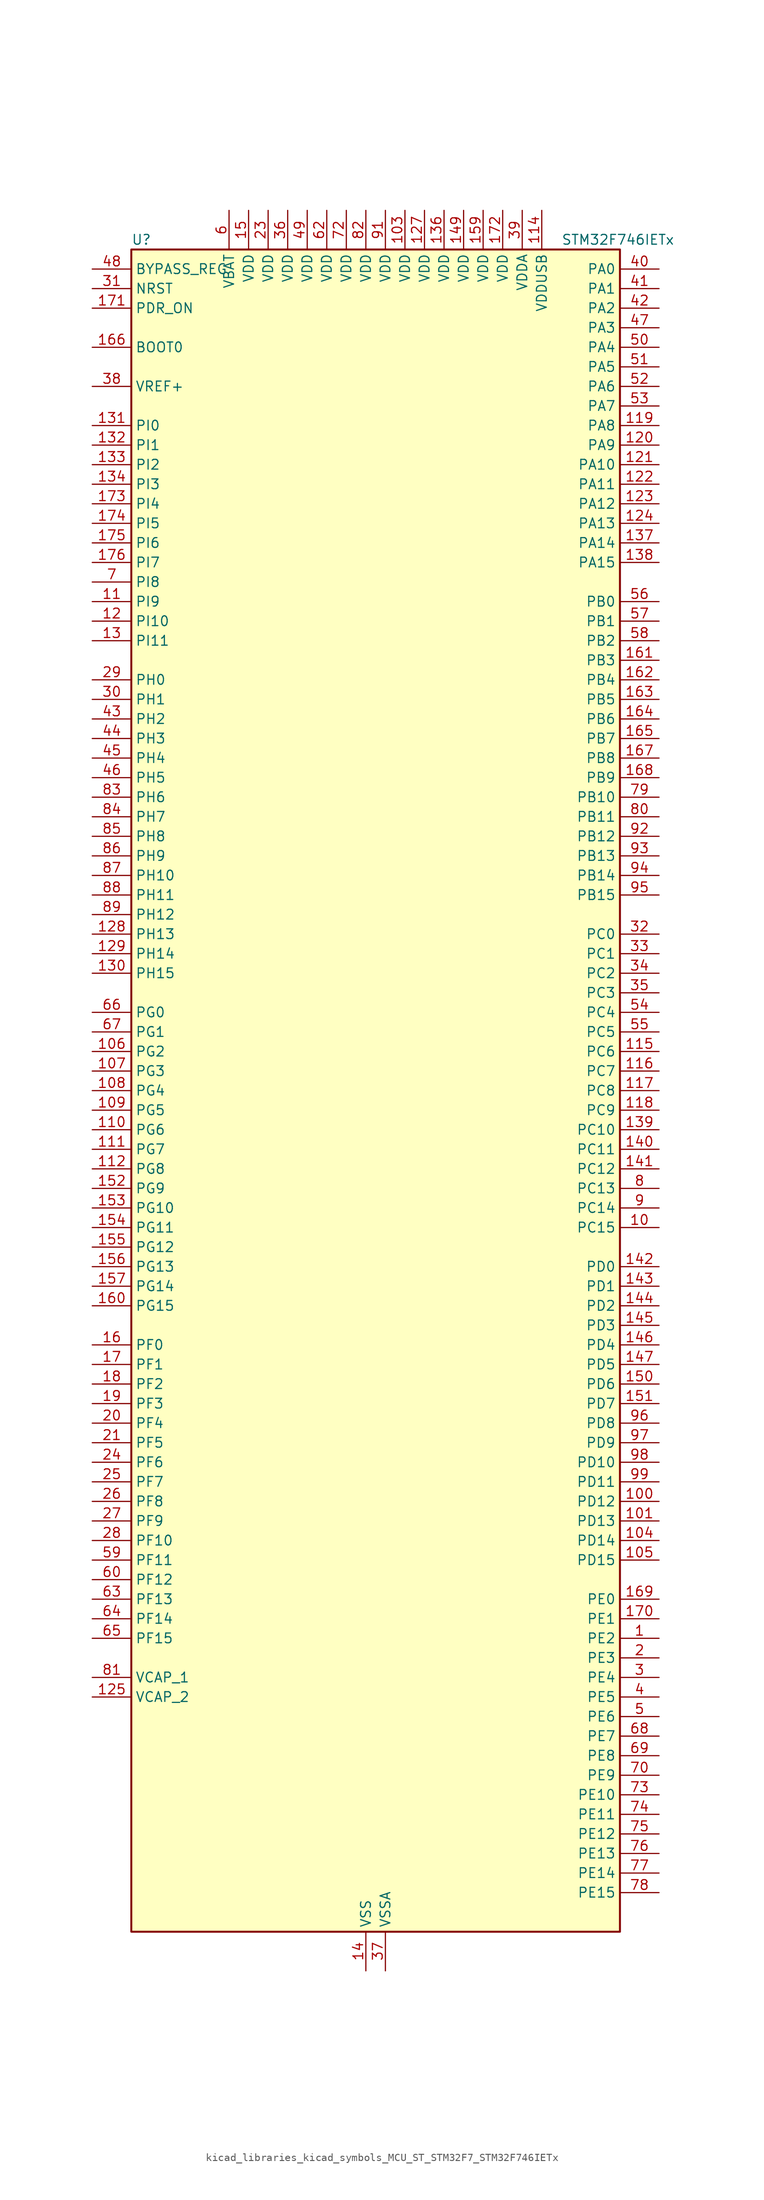
<source format=kicad_sym>
(kicad_symbol_lib
  (version 20220914)
  (generator kicad_symbol_editor)
  (symbol "kicad_libraries_kicad_symbols_MCU_ST_STM32F7_STM32F746IETx"
    (property "Reference" "U"
      (at -30.48 110.49 0)
      (effects (font (size 1.27 1.27)) (justify left)))
    (property "Value" "STM32F746IETx"
      (at 25.4 110.49 0)
      (effects (font (size 1.27 1.27)) (justify left)))
    (property "ki_locked" ""
      (at 0 0 0)
      (effects (font (size 1.27 1.27))))
    (symbol "kicad_libraries_kicad_symbols_MCU_ST_STM32F7_STM32F746IETx_0_1"
      (rectangle (start -30.48 -109.22) (end 33.02 109.22) (stroke (width 0.254) (type default)) (fill (type background))))
    (symbol "kicad_libraries_kicad_symbols_MCU_ST_STM32F7_STM32F746IETx_1_1"
      (pin bidirectional line (at 38.1 -71.12 180) (length 5.08) (name "PE2" (effects (font (size 1.27 1.27)))) (number "1" (effects (font (size 1.27 1.27)))) (alternate "ETH_TXD3" bidirectional line) (alternate "FMC_A23" bidirectional line) (alternate "QUADSPI_BK1_IO2" bidirectional line) (alternate "SAI1_MCLK_A" bidirectional line) (alternate "SPI4_SCK" bidirectional line) (alternate "SYS_TRACECLK" bidirectional line))
      (pin bidirectional line (at 38.1 -17.78 180) (length 5.08) (name "PC15" (effects (font (size 1.27 1.27)))) (number "10" (effects (font (size 1.27 1.27)))) (alternate "RCC_OSC32_OUT" bidirectional line))
      (pin bidirectional line (at 38.1 -53.34 180) (length 5.08) (name "PD12" (effects (font (size 1.27 1.27)))) (number "100" (effects (font (size 1.27 1.27)))) (alternate "FMC_A17" bidirectional line) (alternate "FMC_ALE" bidirectional line) (alternate "I2C4_SCL" bidirectional line) (alternate "LPTIM1_IN1" bidirectional line) (alternate "QUADSPI_BK1_IO1" bidirectional line) (alternate "SAI2_FS_A" bidirectional line) (alternate "TIM4_CH1" bidirectional line) (alternate "USART3_DE" bidirectional line) (alternate "USART3_RTS" bidirectional line))
      (pin bidirectional line (at 38.1 -55.88 180) (length 5.08) (name "PD13" (effects (font (size 1.27 1.27)))) (number "101" (effects (font (size 1.27 1.27)))) (alternate "FMC_A18" bidirectional line) (alternate "I2C4_SDA" bidirectional line) (alternate "LPTIM1_OUT" bidirectional line) (alternate "QUADSPI_BK1_IO3" bidirectional line) (alternate "SAI2_SCK_A" bidirectional line) (alternate "TIM4_CH2" bidirectional line))
      (pin passive line (at 0 -114.3 90) (length 5.08) hide (name "VSS" (effects (font (size 1.27 1.27)))) (number "102" (effects (font (size 1.27 1.27)))))
      (pin power_in line (at 5.08 114.3 270) (length 5.08) (name "VDD" (effects (font (size 1.27 1.27)))) (number "103" (effects (font (size 1.27 1.27)))))
      (pin bidirectional line (at 38.1 -58.42 180) (length 5.08) (name "PD14" (effects (font (size 1.27 1.27)))) (number "104" (effects (font (size 1.27 1.27)))) (alternate "FMC_D0" bidirectional line) (alternate "FMC_DA0" bidirectional line) (alternate "TIM4_CH3" bidirectional line) (alternate "UART8_CTS" bidirectional line))
      (pin bidirectional line (at 38.1 -60.96 180) (length 5.08) (name "PD15" (effects (font (size 1.27 1.27)))) (number "105" (effects (font (size 1.27 1.27)))) (alternate "FMC_D1" bidirectional line) (alternate "FMC_DA1" bidirectional line) (alternate "TIM4_CH4" bidirectional line) (alternate "UART8_DE" bidirectional line) (alternate "UART8_RTS" bidirectional line))
      (pin bidirectional line (at -35.56 5.08 0) (length 5.08) (name "PG2" (effects (font (size 1.27 1.27)))) (number "106" (effects (font (size 1.27 1.27)))) (alternate "FMC_A12" bidirectional line))
      (pin bidirectional line (at -35.56 2.54 0) (length 5.08) (name "PG3" (effects (font (size 1.27 1.27)))) (number "107" (effects (font (size 1.27 1.27)))) (alternate "FMC_A13" bidirectional line))
      (pin bidirectional line (at -35.56 0 0) (length 5.08) (name "PG4" (effects (font (size 1.27 1.27)))) (number "108" (effects (font (size 1.27 1.27)))) (alternate "FMC_A14" bidirectional line) (alternate "FMC_BA0" bidirectional line))
      (pin bidirectional line (at -35.56 -2.54 0) (length 5.08) (name "PG5" (effects (font (size 1.27 1.27)))) (number "109" (effects (font (size 1.27 1.27)))) (alternate "FMC_A15" bidirectional line) (alternate "FMC_BA1" bidirectional line))
      (pin bidirectional line (at -35.56 63.5 0) (length 5.08) (name "PI9" (effects (font (size 1.27 1.27)))) (number "11" (effects (font (size 1.27 1.27)))) (alternate "CAN1_RX" bidirectional line) (alternate "DAC_EXTI9" bidirectional line) (alternate "FMC_D30" bidirectional line) (alternate "LTDC_VSYNC" bidirectional line))
      (pin bidirectional line (at -35.56 -5.08 0) (length 5.08) (name "PG6" (effects (font (size 1.27 1.27)))) (number "110" (effects (font (size 1.27 1.27)))) (alternate "DCMI_D12" bidirectional line) (alternate "LTDC_R7" bidirectional line))
      (pin bidirectional line (at -35.56 -7.62 0) (length 5.08) (name "PG7" (effects (font (size 1.27 1.27)))) (number "111" (effects (font (size 1.27 1.27)))) (alternate "DCMI_D13" bidirectional line) (alternate "FMC_INT" bidirectional line) (alternate "LTDC_CLK" bidirectional line) (alternate "USART6_CK" bidirectional line))
      (pin bidirectional line (at -35.56 -10.16 0) (length 5.08) (name "PG8" (effects (font (size 1.27 1.27)))) (number "112" (effects (font (size 1.27 1.27)))) (alternate "ETH_PPS_OUT" bidirectional line) (alternate "FMC_SDCLK" bidirectional line) (alternate "SPDIFRX_IN2" bidirectional line) (alternate "SPI6_NSS" bidirectional line) (alternate "USART6_DE" bidirectional line) (alternate "USART6_RTS" bidirectional line))
      (pin passive line (at 0 -114.3 90) (length 5.08) hide (name "VSS" (effects (font (size 1.27 1.27)))) (number "113" (effects (font (size 1.27 1.27)))))
      (pin power_in line (at 22.86 114.3 270) (length 5.08) (name "VDDUSB" (effects (font (size 1.27 1.27)))) (number "114" (effects (font (size 1.27 1.27)))))
      (pin bidirectional line (at 38.1 5.08 180) (length 5.08) (name "PC6" (effects (font (size 1.27 1.27)))) (number "115" (effects (font (size 1.27 1.27)))) (alternate "DCMI_D0" bidirectional line) (alternate "I2S2_MCK" bidirectional line) (alternate "LTDC_HSYNC" bidirectional line) (alternate "SDMMC1_D6" bidirectional line) (alternate "TIM3_CH1" bidirectional line) (alternate "TIM8_CH1" bidirectional line) (alternate "USART6_TX" bidirectional line))
      (pin bidirectional line (at 38.1 2.54 180) (length 5.08) (name "PC7" (effects (font (size 1.27 1.27)))) (number "116" (effects (font (size 1.27 1.27)))) (alternate "DCMI_D1" bidirectional line) (alternate "I2S3_MCK" bidirectional line) (alternate "LTDC_G6" bidirectional line) (alternate "SDMMC1_D7" bidirectional line) (alternate "TIM3_CH2" bidirectional line) (alternate "TIM8_CH2" bidirectional line) (alternate "USART6_RX" bidirectional line))
      (pin bidirectional line (at 38.1 0 180) (length 5.08) (name "PC8" (effects (font (size 1.27 1.27)))) (number "117" (effects (font (size 1.27 1.27)))) (alternate "DCMI_D2" bidirectional line) (alternate "SDMMC1_D0" bidirectional line) (alternate "SYS_TRACED1" bidirectional line) (alternate "TIM3_CH3" bidirectional line) (alternate "TIM8_CH3" bidirectional line) (alternate "UART5_DE" bidirectional line) (alternate "UART5_RTS" bidirectional line) (alternate "USART6_CK" bidirectional line))
      (pin bidirectional line (at 38.1 -2.54 180) (length 5.08) (name "PC9" (effects (font (size 1.27 1.27)))) (number "118" (effects (font (size 1.27 1.27)))) (alternate "DAC_EXTI9" bidirectional line) (alternate "DCMI_D3" bidirectional line) (alternate "I2C3_SDA" bidirectional line) (alternate "I2S_CKIN" bidirectional line) (alternate "QUADSPI_BK1_IO0" bidirectional line) (alternate "RCC_MCO_2" bidirectional line) (alternate "SDMMC1_D1" bidirectional line) (alternate "TIM3_CH4" bidirectional line) (alternate "TIM8_CH4" bidirectional line) (alternate "UART5_CTS" bidirectional line))
      (pin bidirectional line (at 38.1 86.36 180) (length 5.08) (name "PA8" (effects (font (size 1.27 1.27)))) (number "119" (effects (font (size 1.27 1.27)))) (alternate "I2C3_SCL" bidirectional line) (alternate "LTDC_R6" bidirectional line) (alternate "RCC_MCO_1" bidirectional line) (alternate "TIM1_CH1" bidirectional line) (alternate "TIM8_BKIN2" bidirectional line) (alternate "USART1_CK" bidirectional line) (alternate "USB_OTG_FS_SOF" bidirectional line))
      (pin bidirectional line (at -35.56 60.96 0) (length 5.08) (name "PI10" (effects (font (size 1.27 1.27)))) (number "12" (effects (font (size 1.27 1.27)))) (alternate "ETH_RX_ER" bidirectional line) (alternate "FMC_D31" bidirectional line) (alternate "LTDC_HSYNC" bidirectional line))
      (pin bidirectional line (at 38.1 83.82 180) (length 5.08) (name "PA9" (effects (font (size 1.27 1.27)))) (number "120" (effects (font (size 1.27 1.27)))) (alternate "DAC_EXTI9" bidirectional line) (alternate "DCMI_D0" bidirectional line) (alternate "I2C3_SMBA" bidirectional line) (alternate "I2S2_CK" bidirectional line) (alternate "SPI2_SCK" bidirectional line) (alternate "TIM1_CH2" bidirectional line) (alternate "USART1_TX" bidirectional line) (alternate "USB_OTG_FS_VBUS" bidirectional line))
      (pin bidirectional line (at 38.1 81.28 180) (length 5.08) (name "PA10" (effects (font (size 1.27 1.27)))) (number "121" (effects (font (size 1.27 1.27)))) (alternate "DCMI_D1" bidirectional line) (alternate "TIM1_CH3" bidirectional line) (alternate "USART1_RX" bidirectional line) (alternate "USB_OTG_FS_ID" bidirectional line))
      (pin bidirectional line (at 38.1 78.74 180) (length 5.08) (name "PA11" (effects (font (size 1.27 1.27)))) (number "122" (effects (font (size 1.27 1.27)))) (alternate "ADC1_EXTI11" bidirectional line) (alternate "ADC2_EXTI11" bidirectional line) (alternate "ADC3_EXTI11" bidirectional line) (alternate "CAN1_RX" bidirectional line) (alternate "LTDC_R4" bidirectional line) (alternate "TIM1_CH4" bidirectional line) (alternate "USART1_CTS" bidirectional line) (alternate "USB_OTG_FS_DM" bidirectional line))
      (pin bidirectional line (at 38.1 76.2 180) (length 5.08) (name "PA12" (effects (font (size 1.27 1.27)))) (number "123" (effects (font (size 1.27 1.27)))) (alternate "CAN1_TX" bidirectional line) (alternate "LTDC_R5" bidirectional line) (alternate "SAI2_FS_B" bidirectional line) (alternate "TIM1_ETR" bidirectional line) (alternate "USART1_DE" bidirectional line) (alternate "USART1_RTS" bidirectional line) (alternate "USB_OTG_FS_DP" bidirectional line))
      (pin bidirectional line (at 38.1 73.66 180) (length 5.08) (name "PA13" (effects (font (size 1.27 1.27)))) (number "124" (effects (font (size 1.27 1.27)))) (alternate "SYS_JTMS-SWDIO" bidirectional line))
      (pin power_out line (at -35.56 -78.74 0) (length 5.08) (name "VCAP_2" (effects (font (size 1.27 1.27)))) (number "125" (effects (font (size 1.27 1.27)))))
      (pin passive line (at 0 -114.3 90) (length 5.08) hide (name "VSS" (effects (font (size 1.27 1.27)))) (number "126" (effects (font (size 1.27 1.27)))))
      (pin power_in line (at 7.62 114.3 270) (length 5.08) (name "VDD" (effects (font (size 1.27 1.27)))) (number "127" (effects (font (size 1.27 1.27)))))
      (pin bidirectional line (at -35.56 20.32 0) (length 5.08) (name "PH13" (effects (font (size 1.27 1.27)))) (number "128" (effects (font (size 1.27 1.27)))) (alternate "CAN1_TX" bidirectional line) (alternate "FMC_D21" bidirectional line) (alternate "LTDC_G2" bidirectional line) (alternate "TIM8_CH1N" bidirectional line))
      (pin bidirectional line (at -35.56 17.78 0) (length 5.08) (name "PH14" (effects (font (size 1.27 1.27)))) (number "129" (effects (font (size 1.27 1.27)))) (alternate "DCMI_D4" bidirectional line) (alternate "FMC_D22" bidirectional line) (alternate "LTDC_G3" bidirectional line) (alternate "TIM8_CH2N" bidirectional line))
      (pin bidirectional line (at -35.56 58.42 0) (length 5.08) (name "PI11" (effects (font (size 1.27 1.27)))) (number "13" (effects (font (size 1.27 1.27)))) (alternate "ADC1_EXTI11" bidirectional line) (alternate "ADC2_EXTI11" bidirectional line) (alternate "ADC3_EXTI11" bidirectional line) (alternate "SYS_WKUP6" bidirectional line) (alternate "USB_OTG_HS_ULPI_DIR" bidirectional line))
      (pin bidirectional line (at -35.56 15.24 0) (length 5.08) (name "PH15" (effects (font (size 1.27 1.27)))) (number "130" (effects (font (size 1.27 1.27)))) (alternate "DCMI_D11" bidirectional line) (alternate "FMC_D23" bidirectional line) (alternate "LTDC_G4" bidirectional line) (alternate "TIM8_CH3N" bidirectional line))
      (pin bidirectional line (at -35.56 86.36 0) (length 5.08) (name "PI0" (effects (font (size 1.27 1.27)))) (number "131" (effects (font (size 1.27 1.27)))) (alternate "DCMI_D13" bidirectional line) (alternate "FMC_D24" bidirectional line) (alternate "I2S2_WS" bidirectional line) (alternate "LTDC_G5" bidirectional line) (alternate "SPI2_NSS" bidirectional line) (alternate "TIM5_CH4" bidirectional line))
      (pin bidirectional line (at -35.56 83.82 0) (length 5.08) (name "PI1" (effects (font (size 1.27 1.27)))) (number "132" (effects (font (size 1.27 1.27)))) (alternate "DCMI_D8" bidirectional line) (alternate "FMC_D25" bidirectional line) (alternate "I2S2_CK" bidirectional line) (alternate "LTDC_G6" bidirectional line) (alternate "SPI2_SCK" bidirectional line) (alternate "TIM8_BKIN2" bidirectional line))
      (pin bidirectional line (at -35.56 81.28 0) (length 5.08) (name "PI2" (effects (font (size 1.27 1.27)))) (number "133" (effects (font (size 1.27 1.27)))) (alternate "DCMI_D9" bidirectional line) (alternate "FMC_D26" bidirectional line) (alternate "LTDC_G7" bidirectional line) (alternate "SPI2_MISO" bidirectional line) (alternate "TIM8_CH4" bidirectional line))
      (pin bidirectional line (at -35.56 78.74 0) (length 5.08) (name "PI3" (effects (font (size 1.27 1.27)))) (number "134" (effects (font (size 1.27 1.27)))) (alternate "DCMI_D10" bidirectional line) (alternate "FMC_D27" bidirectional line) (alternate "I2S2_SD" bidirectional line) (alternate "SPI2_MOSI" bidirectional line) (alternate "TIM8_ETR" bidirectional line))
      (pin passive line (at 0 -114.3 90) (length 5.08) hide (name "VSS" (effects (font (size 1.27 1.27)))) (number "135" (effects (font (size 1.27 1.27)))))
      (pin power_in line (at 10.16 114.3 270) (length 5.08) (name "VDD" (effects (font (size 1.27 1.27)))) (number "136" (effects (font (size 1.27 1.27)))))
      (pin bidirectional line (at 38.1 71.12 180) (length 5.08) (name "PA14" (effects (font (size 1.27 1.27)))) (number "137" (effects (font (size 1.27 1.27)))) (alternate "SYS_JTCK-SWCLK" bidirectional line))
      (pin bidirectional line (at 38.1 68.58 180) (length 5.08) (name "PA15" (effects (font (size 1.27 1.27)))) (number "138" (effects (font (size 1.27 1.27)))) (alternate "CEC" bidirectional line) (alternate "I2S1_WS" bidirectional line) (alternate "I2S3_WS" bidirectional line) (alternate "SPI1_NSS" bidirectional line) (alternate "SPI3_NSS" bidirectional line) (alternate "SYS_JTDI" bidirectional line) (alternate "TIM2_CH1" bidirectional line) (alternate "TIM2_ETR" bidirectional line) (alternate "UART4_DE" bidirectional line) (alternate "UART4_RTS" bidirectional line))
      (pin bidirectional line (at 38.1 -5.08 180) (length 5.08) (name "PC10" (effects (font (size 1.27 1.27)))) (number "139" (effects (font (size 1.27 1.27)))) (alternate "DCMI_D8" bidirectional line) (alternate "I2S3_CK" bidirectional line) (alternate "LTDC_R2" bidirectional line) (alternate "QUADSPI_BK1_IO1" bidirectional line) (alternate "SDMMC1_D2" bidirectional line) (alternate "SPI3_SCK" bidirectional line) (alternate "UART4_TX" bidirectional line) (alternate "USART3_TX" bidirectional line))
      (pin power_in line (at 0 -114.3 90) (length 5.08) (name "VSS" (effects (font (size 1.27 1.27)))) (number "14" (effects (font (size 1.27 1.27)))))
      (pin bidirectional line (at 38.1 -7.62 180) (length 5.08) (name "PC11" (effects (font (size 1.27 1.27)))) (number "140" (effects (font (size 1.27 1.27)))) (alternate "ADC1_EXTI11" bidirectional line) (alternate "ADC2_EXTI11" bidirectional line) (alternate "ADC3_EXTI11" bidirectional line) (alternate "DCMI_D4" bidirectional line) (alternate "QUADSPI_BK2_NCS" bidirectional line) (alternate "SDMMC1_D3" bidirectional line) (alternate "SPI3_MISO" bidirectional line) (alternate "UART4_RX" bidirectional line) (alternate "USART3_RX" bidirectional line))
      (pin bidirectional line (at 38.1 -10.16 180) (length 5.08) (name "PC12" (effects (font (size 1.27 1.27)))) (number "141" (effects (font (size 1.27 1.27)))) (alternate "DCMI_D9" bidirectional line) (alternate "I2S3_SD" bidirectional line) (alternate "SDMMC1_CK" bidirectional line) (alternate "SPI3_MOSI" bidirectional line) (alternate "SYS_TRACED3" bidirectional line) (alternate "UART5_TX" bidirectional line) (alternate "USART3_CK" bidirectional line))
      (pin bidirectional line (at 38.1 -22.86 180) (length 5.08) (name "PD0" (effects (font (size 1.27 1.27)))) (number "142" (effects (font (size 1.27 1.27)))) (alternate "CAN1_RX" bidirectional line) (alternate "FMC_D2" bidirectional line) (alternate "FMC_DA2" bidirectional line))
      (pin bidirectional line (at 38.1 -25.4 180) (length 5.08) (name "PD1" (effects (font (size 1.27 1.27)))) (number "143" (effects (font (size 1.27 1.27)))) (alternate "CAN1_TX" bidirectional line) (alternate "FMC_D3" bidirectional line) (alternate "FMC_DA3" bidirectional line))
      (pin bidirectional line (at 38.1 -27.94 180) (length 5.08) (name "PD2" (effects (font (size 1.27 1.27)))) (number "144" (effects (font (size 1.27 1.27)))) (alternate "DCMI_D11" bidirectional line) (alternate "SDMMC1_CMD" bidirectional line) (alternate "SYS_TRACED2" bidirectional line) (alternate "TIM3_ETR" bidirectional line) (alternate "UART5_RX" bidirectional line))
      (pin bidirectional line (at 38.1 -30.48 180) (length 5.08) (name "PD3" (effects (font (size 1.27 1.27)))) (number "145" (effects (font (size 1.27 1.27)))) (alternate "DCMI_D5" bidirectional line) (alternate "FMC_CLK" bidirectional line) (alternate "I2S2_CK" bidirectional line) (alternate "LTDC_G7" bidirectional line) (alternate "SPI2_SCK" bidirectional line) (alternate "USART2_CTS" bidirectional line))
      (pin bidirectional line (at 38.1 -33.02 180) (length 5.08) (name "PD4" (effects (font (size 1.27 1.27)))) (number "146" (effects (font (size 1.27 1.27)))) (alternate "FMC_NOE" bidirectional line) (alternate "USART2_DE" bidirectional line) (alternate "USART2_RTS" bidirectional line))
      (pin bidirectional line (at 38.1 -35.56 180) (length 5.08) (name "PD5" (effects (font (size 1.27 1.27)))) (number "147" (effects (font (size 1.27 1.27)))) (alternate "FMC_NWE" bidirectional line) (alternate "USART2_TX" bidirectional line))
      (pin passive line (at 0 -114.3 90) (length 5.08) hide (name "VSS" (effects (font (size 1.27 1.27)))) (number "148" (effects (font (size 1.27 1.27)))))
      (pin power_in line (at 12.7 114.3 270) (length 5.08) (name "VDD" (effects (font (size 1.27 1.27)))) (number "149" (effects (font (size 1.27 1.27)))))
      (pin power_in line (at -15.24 114.3 270) (length 5.08) (name "VDD" (effects (font (size 1.27 1.27)))) (number "15" (effects (font (size 1.27 1.27)))))
      (pin bidirectional line (at 38.1 -38.1 180) (length 5.08) (name "PD6" (effects (font (size 1.27 1.27)))) (number "150" (effects (font (size 1.27 1.27)))) (alternate "DCMI_D10" bidirectional line) (alternate "FMC_NWAIT" bidirectional line) (alternate "I2S3_SD" bidirectional line) (alternate "LTDC_B2" bidirectional line) (alternate "SAI1_SD_A" bidirectional line) (alternate "SPI3_MOSI" bidirectional line) (alternate "USART2_RX" bidirectional line))
      (pin bidirectional line (at 38.1 -40.64 180) (length 5.08) (name "PD7" (effects (font (size 1.27 1.27)))) (number "151" (effects (font (size 1.27 1.27)))) (alternate "FMC_NE1" bidirectional line) (alternate "SPDIFRX_IN0" bidirectional line) (alternate "USART2_CK" bidirectional line))
      (pin bidirectional line (at -35.56 -12.7 0) (length 5.08) (name "PG9" (effects (font (size 1.27 1.27)))) (number "152" (effects (font (size 1.27 1.27)))) (alternate "DAC_EXTI9" bidirectional line) (alternate "DCMI_VSYNC" bidirectional line) (alternate "FMC_NCE" bidirectional line) (alternate "FMC_NE2" bidirectional line) (alternate "QUADSPI_BK2_IO2" bidirectional line) (alternate "SAI2_FS_B" bidirectional line) (alternate "SPDIFRX_IN3" bidirectional line) (alternate "USART6_RX" bidirectional line))
      (pin bidirectional line (at -35.56 -15.24 0) (length 5.08) (name "PG10" (effects (font (size 1.27 1.27)))) (number "153" (effects (font (size 1.27 1.27)))) (alternate "DCMI_D2" bidirectional line) (alternate "FMC_NE3" bidirectional line) (alternate "LTDC_B2" bidirectional line) (alternate "LTDC_G3" bidirectional line) (alternate "SAI2_SD_B" bidirectional line))
      (pin bidirectional line (at -35.56 -17.78 0) (length 5.08) (name "PG11" (effects (font (size 1.27 1.27)))) (number "154" (effects (font (size 1.27 1.27)))) (alternate "ADC1_EXTI11" bidirectional line) (alternate "ADC2_EXTI11" bidirectional line) (alternate "ADC3_EXTI11" bidirectional line) (alternate "DCMI_D3" bidirectional line) (alternate "ETH_TX_EN" bidirectional line) (alternate "LTDC_B3" bidirectional line) (alternate "SPDIFRX_IN0" bidirectional line))
      (pin bidirectional line (at -35.56 -20.32 0) (length 5.08) (name "PG12" (effects (font (size 1.27 1.27)))) (number "155" (effects (font (size 1.27 1.27)))) (alternate "FMC_NE4" bidirectional line) (alternate "LPTIM1_IN1" bidirectional line) (alternate "LTDC_B1" bidirectional line) (alternate "LTDC_B4" bidirectional line) (alternate "SPDIFRX_IN1" bidirectional line) (alternate "SPI6_MISO" bidirectional line) (alternate "USART6_DE" bidirectional line) (alternate "USART6_RTS" bidirectional line))
      (pin bidirectional line (at -35.56 -22.86 0) (length 5.08) (name "PG13" (effects (font (size 1.27 1.27)))) (number "156" (effects (font (size 1.27 1.27)))) (alternate "ETH_TXD0" bidirectional line) (alternate "FMC_A24" bidirectional line) (alternate "LPTIM1_OUT" bidirectional line) (alternate "LTDC_R0" bidirectional line) (alternate "SPI6_SCK" bidirectional line) (alternate "SYS_TRACED0" bidirectional line) (alternate "USART6_CTS" bidirectional line))
      (pin bidirectional line (at -35.56 -25.4 0) (length 5.08) (name "PG14" (effects (font (size 1.27 1.27)))) (number "157" (effects (font (size 1.27 1.27)))) (alternate "ETH_TXD1" bidirectional line) (alternate "FMC_A25" bidirectional line) (alternate "LPTIM1_ETR" bidirectional line) (alternate "LTDC_B0" bidirectional line) (alternate "QUADSPI_BK2_IO3" bidirectional line) (alternate "SPI6_MOSI" bidirectional line) (alternate "SYS_TRACED1" bidirectional line) (alternate "USART6_TX" bidirectional line))
      (pin passive line (at 0 -114.3 90) (length 5.08) hide (name "VSS" (effects (font (size 1.27 1.27)))) (number "158" (effects (font (size 1.27 1.27)))))
      (pin power_in line (at 15.24 114.3 270) (length 5.08) (name "VDD" (effects (font (size 1.27 1.27)))) (number "159" (effects (font (size 1.27 1.27)))))
      (pin bidirectional line (at -35.56 -33.02 0) (length 5.08) (name "PF0" (effects (font (size 1.27 1.27)))) (number "16" (effects (font (size 1.27 1.27)))) (alternate "FMC_A0" bidirectional line) (alternate "I2C2_SDA" bidirectional line))
      (pin bidirectional line (at -35.56 -27.94 0) (length 5.08) (name "PG15" (effects (font (size 1.27 1.27)))) (number "160" (effects (font (size 1.27 1.27)))) (alternate "DCMI_D13" bidirectional line) (alternate "FMC_SDNCAS" bidirectional line) (alternate "USART6_CTS" bidirectional line))
      (pin bidirectional line (at 38.1 55.88 180) (length 5.08) (name "PB3" (effects (font (size 1.27 1.27)))) (number "161" (effects (font (size 1.27 1.27)))) (alternate "I2S1_CK" bidirectional line) (alternate "I2S3_CK" bidirectional line) (alternate "SPI1_SCK" bidirectional line) (alternate "SPI3_SCK" bidirectional line) (alternate "SYS_JTDO-SWO" bidirectional line) (alternate "TIM2_CH2" bidirectional line))
      (pin bidirectional line (at 38.1 53.34 180) (length 5.08) (name "PB4" (effects (font (size 1.27 1.27)))) (number "162" (effects (font (size 1.27 1.27)))) (alternate "I2S2_WS" bidirectional line) (alternate "SPI1_MISO" bidirectional line) (alternate "SPI2_NSS" bidirectional line) (alternate "SPI3_MISO" bidirectional line) (alternate "SYS_JTRST" bidirectional line) (alternate "TIM3_CH1" bidirectional line))
      (pin bidirectional line (at 38.1 50.8 180) (length 5.08) (name "PB5" (effects (font (size 1.27 1.27)))) (number "163" (effects (font (size 1.27 1.27)))) (alternate "CAN2_RX" bidirectional line) (alternate "DCMI_D10" bidirectional line) (alternate "ETH_PPS_OUT" bidirectional line) (alternate "FMC_SDCKE1" bidirectional line) (alternate "I2C1_SMBA" bidirectional line) (alternate "I2S1_SD" bidirectional line) (alternate "I2S3_SD" bidirectional line) (alternate "SPI1_MOSI" bidirectional line) (alternate "SPI3_MOSI" bidirectional line) (alternate "TIM3_CH2" bidirectional line) (alternate "USB_OTG_HS_ULPI_D7" bidirectional line))
      (pin bidirectional line (at 38.1 48.26 180) (length 5.08) (name "PB6" (effects (font (size 1.27 1.27)))) (number "164" (effects (font (size 1.27 1.27)))) (alternate "CAN2_TX" bidirectional line) (alternate "CEC" bidirectional line) (alternate "DCMI_D5" bidirectional line) (alternate "FMC_SDNE1" bidirectional line) (alternate "I2C1_SCL" bidirectional line) (alternate "QUADSPI_BK1_NCS" bidirectional line) (alternate "TIM4_CH1" bidirectional line) (alternate "USART1_TX" bidirectional line))
      (pin bidirectional line (at 38.1 45.72 180) (length 5.08) (name "PB7" (effects (font (size 1.27 1.27)))) (number "165" (effects (font (size 1.27 1.27)))) (alternate "DCMI_VSYNC" bidirectional line) (alternate "FMC_NL" bidirectional line) (alternate "I2C1_SDA" bidirectional line) (alternate "TIM4_CH2" bidirectional line) (alternate "USART1_RX" bidirectional line))
      (pin input line (at -35.56 96.52 0) (length 5.08) (name "BOOT0" (effects (font (size 1.27 1.27)))) (number "166" (effects (font (size 1.27 1.27)))))
      (pin bidirectional line (at 38.1 43.18 180) (length 5.08) (name "PB8" (effects (font (size 1.27 1.27)))) (number "167" (effects (font (size 1.27 1.27)))) (alternate "CAN1_RX" bidirectional line) (alternate "DCMI_D6" bidirectional line) (alternate "ETH_TXD3" bidirectional line) (alternate "I2C1_SCL" bidirectional line) (alternate "LTDC_B6" bidirectional line) (alternate "SDMMC1_D4" bidirectional line) (alternate "TIM10_CH1" bidirectional line) (alternate "TIM4_CH3" bidirectional line))
      (pin bidirectional line (at 38.1 40.64 180) (length 5.08) (name "PB9" (effects (font (size 1.27 1.27)))) (number "168" (effects (font (size 1.27 1.27)))) (alternate "CAN1_TX" bidirectional line) (alternate "DAC_EXTI9" bidirectional line) (alternate "DCMI_D7" bidirectional line) (alternate "I2C1_SDA" bidirectional line) (alternate "I2S2_WS" bidirectional line) (alternate "LTDC_B7" bidirectional line) (alternate "SDMMC1_D5" bidirectional line) (alternate "SPI2_NSS" bidirectional line) (alternate "TIM11_CH1" bidirectional line) (alternate "TIM4_CH4" bidirectional line))
      (pin bidirectional line (at 38.1 -66.04 180) (length 5.08) (name "PE0" (effects (font (size 1.27 1.27)))) (number "169" (effects (font (size 1.27 1.27)))) (alternate "DCMI_D2" bidirectional line) (alternate "FMC_NBL0" bidirectional line) (alternate "LPTIM1_ETR" bidirectional line) (alternate "SAI2_MCLK_A" bidirectional line) (alternate "TIM4_ETR" bidirectional line) (alternate "UART8_RX" bidirectional line))
      (pin bidirectional line (at -35.56 -35.56 0) (length 5.08) (name "PF1" (effects (font (size 1.27 1.27)))) (number "17" (effects (font (size 1.27 1.27)))) (alternate "FMC_A1" bidirectional line) (alternate "I2C2_SCL" bidirectional line))
      (pin bidirectional line (at 38.1 -68.58 180) (length 5.08) (name "PE1" (effects (font (size 1.27 1.27)))) (number "170" (effects (font (size 1.27 1.27)))) (alternate "DCMI_D3" bidirectional line) (alternate "FMC_NBL1" bidirectional line) (alternate "LPTIM1_IN2" bidirectional line) (alternate "UART8_TX" bidirectional line))
      (pin input line (at -35.56 101.6 0) (length 5.08) (name "PDR_ON" (effects (font (size 1.27 1.27)))) (number "171" (effects (font (size 1.27 1.27)))))
      (pin power_in line (at 17.78 114.3 270) (length 5.08) (name "VDD" (effects (font (size 1.27 1.27)))) (number "172" (effects (font (size 1.27 1.27)))))
      (pin bidirectional line (at -35.56 76.2 0) (length 5.08) (name "PI4" (effects (font (size 1.27 1.27)))) (number "173" (effects (font (size 1.27 1.27)))) (alternate "DCMI_D5" bidirectional line) (alternate "FMC_NBL2" bidirectional line) (alternate "LTDC_B4" bidirectional line) (alternate "SAI2_MCLK_A" bidirectional line) (alternate "TIM8_BKIN" bidirectional line))
      (pin bidirectional line (at -35.56 73.66 0) (length 5.08) (name "PI5" (effects (font (size 1.27 1.27)))) (number "174" (effects (font (size 1.27 1.27)))) (alternate "DCMI_VSYNC" bidirectional line) (alternate "FMC_NBL3" bidirectional line) (alternate "LTDC_B5" bidirectional line) (alternate "SAI2_SCK_A" bidirectional line) (alternate "TIM8_CH1" bidirectional line))
      (pin bidirectional line (at -35.56 71.12 0) (length 5.08) (name "PI6" (effects (font (size 1.27 1.27)))) (number "175" (effects (font (size 1.27 1.27)))) (alternate "DCMI_D6" bidirectional line) (alternate "FMC_D28" bidirectional line) (alternate "LTDC_B6" bidirectional line) (alternate "SAI2_SD_A" bidirectional line) (alternate "TIM8_CH2" bidirectional line))
      (pin bidirectional line (at -35.56 68.58 0) (length 5.08) (name "PI7" (effects (font (size 1.27 1.27)))) (number "176" (effects (font (size 1.27 1.27)))) (alternate "DCMI_D7" bidirectional line) (alternate "FMC_D29" bidirectional line) (alternate "LTDC_B7" bidirectional line) (alternate "SAI2_FS_A" bidirectional line) (alternate "TIM8_CH3" bidirectional line))
      (pin bidirectional line (at -35.56 -38.1 0) (length 5.08) (name "PF2" (effects (font (size 1.27 1.27)))) (number "18" (effects (font (size 1.27 1.27)))) (alternate "FMC_A2" bidirectional line) (alternate "I2C2_SMBA" bidirectional line))
      (pin bidirectional line (at -35.56 -40.64 0) (length 5.08) (name "PF3" (effects (font (size 1.27 1.27)))) (number "19" (effects (font (size 1.27 1.27)))) (alternate "ADC3_IN9" bidirectional line) (alternate "FMC_A3" bidirectional line))
      (pin bidirectional line (at 38.1 -73.66 180) (length 5.08) (name "PE3" (effects (font (size 1.27 1.27)))) (number "2" (effects (font (size 1.27 1.27)))) (alternate "FMC_A19" bidirectional line) (alternate "SAI1_SD_B" bidirectional line) (alternate "SYS_TRACED0" bidirectional line))
      (pin bidirectional line (at -35.56 -43.18 0) (length 5.08) (name "PF4" (effects (font (size 1.27 1.27)))) (number "20" (effects (font (size 1.27 1.27)))) (alternate "ADC3_IN14" bidirectional line) (alternate "FMC_A4" bidirectional line))
      (pin bidirectional line (at -35.56 -45.72 0) (length 5.08) (name "PF5" (effects (font (size 1.27 1.27)))) (number "21" (effects (font (size 1.27 1.27)))) (alternate "ADC3_IN15" bidirectional line) (alternate "FMC_A5" bidirectional line))
      (pin passive line (at 0 -114.3 90) (length 5.08) hide (name "VSS" (effects (font (size 1.27 1.27)))) (number "22" (effects (font (size 1.27 1.27)))))
      (pin power_in line (at -12.7 114.3 270) (length 5.08) (name "VDD" (effects (font (size 1.27 1.27)))) (number "23" (effects (font (size 1.27 1.27)))))
      (pin bidirectional line (at -35.56 -48.26 0) (length 5.08) (name "PF6" (effects (font (size 1.27 1.27)))) (number "24" (effects (font (size 1.27 1.27)))) (alternate "ADC3_IN4" bidirectional line) (alternate "QUADSPI_BK1_IO3" bidirectional line) (alternate "SAI1_SD_B" bidirectional line) (alternate "SPI5_NSS" bidirectional line) (alternate "TIM10_CH1" bidirectional line) (alternate "UART7_RX" bidirectional line))
      (pin bidirectional line (at -35.56 -50.8 0) (length 5.08) (name "PF7" (effects (font (size 1.27 1.27)))) (number "25" (effects (font (size 1.27 1.27)))) (alternate "ADC3_IN5" bidirectional line) (alternate "QUADSPI_BK1_IO2" bidirectional line) (alternate "SAI1_MCLK_B" bidirectional line) (alternate "SPI5_SCK" bidirectional line) (alternate "TIM11_CH1" bidirectional line) (alternate "UART7_TX" bidirectional line))
      (pin bidirectional line (at -35.56 -53.34 0) (length 5.08) (name "PF8" (effects (font (size 1.27 1.27)))) (number "26" (effects (font (size 1.27 1.27)))) (alternate "ADC3_IN6" bidirectional line) (alternate "QUADSPI_BK1_IO0" bidirectional line) (alternate "SAI1_SCK_B" bidirectional line) (alternate "SPI5_MISO" bidirectional line) (alternate "TIM13_CH1" bidirectional line) (alternate "UART7_DE" bidirectional line) (alternate "UART7_RTS" bidirectional line))
      (pin bidirectional line (at -35.56 -55.88 0) (length 5.08) (name "PF9" (effects (font (size 1.27 1.27)))) (number "27" (effects (font (size 1.27 1.27)))) (alternate "ADC3_IN7" bidirectional line) (alternate "DAC_EXTI9" bidirectional line) (alternate "QUADSPI_BK1_IO1" bidirectional line) (alternate "SAI1_FS_B" bidirectional line) (alternate "SPI5_MOSI" bidirectional line) (alternate "TIM14_CH1" bidirectional line) (alternate "UART7_CTS" bidirectional line))
      (pin bidirectional line (at -35.56 -58.42 0) (length 5.08) (name "PF10" (effects (font (size 1.27 1.27)))) (number "28" (effects (font (size 1.27 1.27)))) (alternate "ADC3_IN8" bidirectional line) (alternate "DCMI_D11" bidirectional line) (alternate "LTDC_DE" bidirectional line))
      (pin bidirectional line (at -35.56 53.34 0) (length 5.08) (name "PH0" (effects (font (size 1.27 1.27)))) (number "29" (effects (font (size 1.27 1.27)))) (alternate "RCC_OSC_IN" bidirectional line))
      (pin bidirectional line (at 38.1 -76.2 180) (length 5.08) (name "PE4" (effects (font (size 1.27 1.27)))) (number "3" (effects (font (size 1.27 1.27)))) (alternate "DCMI_D4" bidirectional line) (alternate "FMC_A20" bidirectional line) (alternate "LTDC_B0" bidirectional line) (alternate "SAI1_FS_A" bidirectional line) (alternate "SPI4_NSS" bidirectional line) (alternate "SYS_TRACED1" bidirectional line))
      (pin bidirectional line (at -35.56 50.8 0) (length 5.08) (name "PH1" (effects (font (size 1.27 1.27)))) (number "30" (effects (font (size 1.27 1.27)))) (alternate "RCC_OSC_OUT" bidirectional line))
      (pin input line (at -35.56 104.14 0) (length 5.08) (name "NRST" (effects (font (size 1.27 1.27)))) (number "31" (effects (font (size 1.27 1.27)))))
      (pin bidirectional line (at 38.1 20.32 180) (length 5.08) (name "PC0" (effects (font (size 1.27 1.27)))) (number "32" (effects (font (size 1.27 1.27)))) (alternate "ADC1_IN10" bidirectional line) (alternate "ADC2_IN10" bidirectional line) (alternate "ADC3_IN10" bidirectional line) (alternate "FMC_SDNWE" bidirectional line) (alternate "LTDC_R5" bidirectional line) (alternate "SAI2_FS_B" bidirectional line) (alternate "USB_OTG_HS_ULPI_STP" bidirectional line))
      (pin bidirectional line (at 38.1 17.78 180) (length 5.08) (name "PC1" (effects (font (size 1.27 1.27)))) (number "33" (effects (font (size 1.27 1.27)))) (alternate "ADC1_IN11" bidirectional line) (alternate "ADC2_IN11" bidirectional line) (alternate "ADC3_IN11" bidirectional line) (alternate "ETH_MDC" bidirectional line) (alternate "I2S2_SD" bidirectional line) (alternate "RTC_TAMP3" bidirectional line) (alternate "RTC_TS" bidirectional line) (alternate "SAI1_SD_A" bidirectional line) (alternate "SPI2_MOSI" bidirectional line) (alternate "SYS_TRACED0" bidirectional line) (alternate "SYS_WKUP3" bidirectional line))
      (pin bidirectional line (at 38.1 15.24 180) (length 5.08) (name "PC2" (effects (font (size 1.27 1.27)))) (number "34" (effects (font (size 1.27 1.27)))) (alternate "ADC1_IN12" bidirectional line) (alternate "ADC2_IN12" bidirectional line) (alternate "ADC3_IN12" bidirectional line) (alternate "ETH_TXD2" bidirectional line) (alternate "FMC_SDNE0" bidirectional line) (alternate "SPI2_MISO" bidirectional line) (alternate "USB_OTG_HS_ULPI_DIR" bidirectional line))
      (pin bidirectional line (at 38.1 12.7 180) (length 5.08) (name "PC3" (effects (font (size 1.27 1.27)))) (number "35" (effects (font (size 1.27 1.27)))) (alternate "ADC1_IN13" bidirectional line) (alternate "ADC2_IN13" bidirectional line) (alternate "ADC3_IN13" bidirectional line) (alternate "ETH_TX_CLK" bidirectional line) (alternate "FMC_SDCKE0" bidirectional line) (alternate "I2S2_SD" bidirectional line) (alternate "SPI2_MOSI" bidirectional line) (alternate "USB_OTG_HS_ULPI_NXT" bidirectional line))
      (pin power_in line (at -10.16 114.3 270) (length 5.08) (name "VDD" (effects (font (size 1.27 1.27)))) (number "36" (effects (font (size 1.27 1.27)))))
      (pin power_in line (at 2.54 -114.3 90) (length 5.08) (name "VSSA" (effects (font (size 1.27 1.27)))) (number "37" (effects (font (size 1.27 1.27)))))
      (pin input line (at -35.56 91.44 0) (length 5.08) (name "VREF+" (effects (font (size 1.27 1.27)))) (number "38" (effects (font (size 1.27 1.27)))))
      (pin power_in line (at 20.32 114.3 270) (length 5.08) (name "VDDA" (effects (font (size 1.27 1.27)))) (number "39" (effects (font (size 1.27 1.27)))))
      (pin bidirectional line (at 38.1 -78.74 180) (length 5.08) (name "PE5" (effects (font (size 1.27 1.27)))) (number "4" (effects (font (size 1.27 1.27)))) (alternate "DCMI_D6" bidirectional line) (alternate "FMC_A21" bidirectional line) (alternate "LTDC_G0" bidirectional line) (alternate "SAI1_SCK_A" bidirectional line) (alternate "SPI4_MISO" bidirectional line) (alternate "SYS_TRACED2" bidirectional line) (alternate "TIM9_CH1" bidirectional line))
      (pin bidirectional line (at 38.1 106.68 180) (length 5.08) (name "PA0" (effects (font (size 1.27 1.27)))) (number "40" (effects (font (size 1.27 1.27)))) (alternate "ADC1_IN0" bidirectional line) (alternate "ADC2_IN0" bidirectional line) (alternate "ADC3_IN0" bidirectional line) (alternate "ETH_CRS" bidirectional line) (alternate "SAI2_SD_B" bidirectional line) (alternate "SYS_WKUP1" bidirectional line) (alternate "TIM2_CH1" bidirectional line) (alternate "TIM2_ETR" bidirectional line) (alternate "TIM5_CH1" bidirectional line) (alternate "TIM8_ETR" bidirectional line) (alternate "UART4_TX" bidirectional line) (alternate "USART2_CTS" bidirectional line))
      (pin bidirectional line (at 38.1 104.14 180) (length 5.08) (name "PA1" (effects (font (size 1.27 1.27)))) (number "41" (effects (font (size 1.27 1.27)))) (alternate "ADC1_IN1" bidirectional line) (alternate "ADC2_IN1" bidirectional line) (alternate "ADC3_IN1" bidirectional line) (alternate "ETH_REF_CLK" bidirectional line) (alternate "ETH_RX_CLK" bidirectional line) (alternate "LTDC_R2" bidirectional line) (alternate "QUADSPI_BK1_IO3" bidirectional line) (alternate "SAI2_MCLK_B" bidirectional line) (alternate "TIM2_CH2" bidirectional line) (alternate "TIM5_CH2" bidirectional line) (alternate "UART4_RX" bidirectional line) (alternate "USART2_DE" bidirectional line) (alternate "USART2_RTS" bidirectional line))
      (pin bidirectional line (at 38.1 101.6 180) (length 5.08) (name "PA2" (effects (font (size 1.27 1.27)))) (number "42" (effects (font (size 1.27 1.27)))) (alternate "ADC1_IN2" bidirectional line) (alternate "ADC2_IN2" bidirectional line) (alternate "ADC3_IN2" bidirectional line) (alternate "ETH_MDIO" bidirectional line) (alternate "LTDC_R1" bidirectional line) (alternate "SAI2_SCK_B" bidirectional line) (alternate "SYS_WKUP2" bidirectional line) (alternate "TIM2_CH3" bidirectional line) (alternate "TIM5_CH3" bidirectional line) (alternate "TIM9_CH1" bidirectional line) (alternate "USART2_TX" bidirectional line))
      (pin bidirectional line (at -35.56 48.26 0) (length 5.08) (name "PH2" (effects (font (size 1.27 1.27)))) (number "43" (effects (font (size 1.27 1.27)))) (alternate "ETH_CRS" bidirectional line) (alternate "FMC_SDCKE0" bidirectional line) (alternate "LPTIM1_IN2" bidirectional line) (alternate "LTDC_R0" bidirectional line) (alternate "QUADSPI_BK2_IO0" bidirectional line) (alternate "SAI2_SCK_B" bidirectional line))
      (pin bidirectional line (at -35.56 45.72 0) (length 5.08) (name "PH3" (effects (font (size 1.27 1.27)))) (number "44" (effects (font (size 1.27 1.27)))) (alternate "ETH_COL" bidirectional line) (alternate "FMC_SDNE0" bidirectional line) (alternate "LTDC_R1" bidirectional line) (alternate "QUADSPI_BK2_IO1" bidirectional line) (alternate "SAI2_MCLK_B" bidirectional line))
      (pin bidirectional line (at -35.56 43.18 0) (length 5.08) (name "PH4" (effects (font (size 1.27 1.27)))) (number "45" (effects (font (size 1.27 1.27)))) (alternate "I2C2_SCL" bidirectional line) (alternate "USB_OTG_HS_ULPI_NXT" bidirectional line))
      (pin bidirectional line (at -35.56 40.64 0) (length 5.08) (name "PH5" (effects (font (size 1.27 1.27)))) (number "46" (effects (font (size 1.27 1.27)))) (alternate "FMC_SDNWE" bidirectional line) (alternate "I2C2_SDA" bidirectional line) (alternate "SPI5_NSS" bidirectional line))
      (pin bidirectional line (at 38.1 99.06 180) (length 5.08) (name "PA3" (effects (font (size 1.27 1.27)))) (number "47" (effects (font (size 1.27 1.27)))) (alternate "ADC1_IN3" bidirectional line) (alternate "ADC2_IN3" bidirectional line) (alternate "ADC3_IN3" bidirectional line) (alternate "ETH_COL" bidirectional line) (alternate "LTDC_B5" bidirectional line) (alternate "TIM2_CH4" bidirectional line) (alternate "TIM5_CH4" bidirectional line) (alternate "TIM9_CH2" bidirectional line) (alternate "USART2_RX" bidirectional line) (alternate "USB_OTG_HS_ULPI_D0" bidirectional line))
      (pin input line (at -35.56 106.68 0) (length 5.08) (name "BYPASS_REG" (effects (font (size 1.27 1.27)))) (number "48" (effects (font (size 1.27 1.27)))))
      (pin power_in line (at -7.62 114.3 270) (length 5.08) (name "VDD" (effects (font (size 1.27 1.27)))) (number "49" (effects (font (size 1.27 1.27)))))
      (pin bidirectional line (at 38.1 -81.28 180) (length 5.08) (name "PE6" (effects (font (size 1.27 1.27)))) (number "5" (effects (font (size 1.27 1.27)))) (alternate "DCMI_D7" bidirectional line) (alternate "FMC_A22" bidirectional line) (alternate "LTDC_G1" bidirectional line) (alternate "SAI1_SD_A" bidirectional line) (alternate "SAI2_MCLK_B" bidirectional line) (alternate "SPI4_MOSI" bidirectional line) (alternate "SYS_TRACED3" bidirectional line) (alternate "TIM1_BKIN2" bidirectional line) (alternate "TIM9_CH2" bidirectional line))
      (pin bidirectional line (at 38.1 96.52 180) (length 5.08) (name "PA4" (effects (font (size 1.27 1.27)))) (number "50" (effects (font (size 1.27 1.27)))) (alternate "ADC1_IN4" bidirectional line) (alternate "ADC2_IN4" bidirectional line) (alternate "DAC_OUT1" bidirectional line) (alternate "DCMI_HSYNC" bidirectional line) (alternate "I2S1_WS" bidirectional line) (alternate "I2S3_WS" bidirectional line) (alternate "LTDC_VSYNC" bidirectional line) (alternate "SPI1_NSS" bidirectional line) (alternate "SPI3_NSS" bidirectional line) (alternate "USART2_CK" bidirectional line) (alternate "USB_OTG_HS_SOF" bidirectional line))
      (pin bidirectional line (at 38.1 93.98 180) (length 5.08) (name "PA5" (effects (font (size 1.27 1.27)))) (number "51" (effects (font (size 1.27 1.27)))) (alternate "ADC1_IN5" bidirectional line) (alternate "ADC2_IN5" bidirectional line) (alternate "DAC_OUT2" bidirectional line) (alternate "I2S1_CK" bidirectional line) (alternate "LTDC_R4" bidirectional line) (alternate "SPI1_SCK" bidirectional line) (alternate "TIM2_CH1" bidirectional line) (alternate "TIM2_ETR" bidirectional line) (alternate "TIM8_CH1N" bidirectional line) (alternate "USB_OTG_HS_ULPI_CK" bidirectional line))
      (pin bidirectional line (at 38.1 91.44 180) (length 5.08) (name "PA6" (effects (font (size 1.27 1.27)))) (number "52" (effects (font (size 1.27 1.27)))) (alternate "ADC1_IN6" bidirectional line) (alternate "ADC2_IN6" bidirectional line) (alternate "DCMI_PIXCLK" bidirectional line) (alternate "LTDC_G2" bidirectional line) (alternate "SPI1_MISO" bidirectional line) (alternate "TIM13_CH1" bidirectional line) (alternate "TIM1_BKIN" bidirectional line) (alternate "TIM3_CH1" bidirectional line) (alternate "TIM8_BKIN" bidirectional line))
      (pin bidirectional line (at 38.1 88.9 180) (length 5.08) (name "PA7" (effects (font (size 1.27 1.27)))) (number "53" (effects (font (size 1.27 1.27)))) (alternate "ADC1_IN7" bidirectional line) (alternate "ADC2_IN7" bidirectional line) (alternate "ETH_CRS_DV" bidirectional line) (alternate "ETH_RX_DV" bidirectional line) (alternate "FMC_SDNWE" bidirectional line) (alternate "I2S1_SD" bidirectional line) (alternate "SPI1_MOSI" bidirectional line) (alternate "TIM14_CH1" bidirectional line) (alternate "TIM1_CH1N" bidirectional line) (alternate "TIM3_CH2" bidirectional line) (alternate "TIM8_CH1N" bidirectional line))
      (pin bidirectional line (at 38.1 10.16 180) (length 5.08) (name "PC4" (effects (font (size 1.27 1.27)))) (number "54" (effects (font (size 1.27 1.27)))) (alternate "ADC1_IN14" bidirectional line) (alternate "ADC2_IN14" bidirectional line) (alternate "ETH_RXD0" bidirectional line) (alternate "FMC_SDNE0" bidirectional line) (alternate "I2S1_MCK" bidirectional line) (alternate "SPDIFRX_IN2" bidirectional line))
      (pin bidirectional line (at 38.1 7.62 180) (length 5.08) (name "PC5" (effects (font (size 1.27 1.27)))) (number "55" (effects (font (size 1.27 1.27)))) (alternate "ADC1_IN15" bidirectional line) (alternate "ADC2_IN15" bidirectional line) (alternate "ETH_RXD1" bidirectional line) (alternate "FMC_SDCKE0" bidirectional line) (alternate "SPDIFRX_IN3" bidirectional line))
      (pin bidirectional line (at 38.1 63.5 180) (length 5.08) (name "PB0" (effects (font (size 1.27 1.27)))) (number "56" (effects (font (size 1.27 1.27)))) (alternate "ADC1_IN8" bidirectional line) (alternate "ADC2_IN8" bidirectional line) (alternate "ETH_RXD2" bidirectional line) (alternate "LTDC_R3" bidirectional line) (alternate "TIM1_CH2N" bidirectional line) (alternate "TIM3_CH3" bidirectional line) (alternate "TIM8_CH2N" bidirectional line) (alternate "UART4_CTS" bidirectional line) (alternate "USB_OTG_HS_ULPI_D1" bidirectional line))
      (pin bidirectional line (at 38.1 60.96 180) (length 5.08) (name "PB1" (effects (font (size 1.27 1.27)))) (number "57" (effects (font (size 1.27 1.27)))) (alternate "ADC1_IN9" bidirectional line) (alternate "ADC2_IN9" bidirectional line) (alternate "ETH_RXD3" bidirectional line) (alternate "LTDC_R6" bidirectional line) (alternate "TIM1_CH3N" bidirectional line) (alternate "TIM3_CH4" bidirectional line) (alternate "TIM8_CH3N" bidirectional line) (alternate "USB_OTG_HS_ULPI_D2" bidirectional line))
      (pin bidirectional line (at 38.1 58.42 180) (length 5.08) (name "PB2" (effects (font (size 1.27 1.27)))) (number "58" (effects (font (size 1.27 1.27)))) (alternate "I2S3_SD" bidirectional line) (alternate "QUADSPI_CLK" bidirectional line) (alternate "SAI1_SD_A" bidirectional line) (alternate "SPI3_MOSI" bidirectional line))
      (pin bidirectional line (at -35.56 -60.96 0) (length 5.08) (name "PF11" (effects (font (size 1.27 1.27)))) (number "59" (effects (font (size 1.27 1.27)))) (alternate "ADC1_EXTI11" bidirectional line) (alternate "ADC2_EXTI11" bidirectional line) (alternate "ADC3_EXTI11" bidirectional line) (alternate "DCMI_D12" bidirectional line) (alternate "FMC_SDNRAS" bidirectional line) (alternate "SAI2_SD_B" bidirectional line) (alternate "SPI5_MOSI" bidirectional line))
      (pin power_in line (at -17.78 114.3 270) (length 5.08) (name "VBAT" (effects (font (size 1.27 1.27)))) (number "6" (effects (font (size 1.27 1.27)))))
      (pin bidirectional line (at -35.56 -63.5 0) (length 5.08) (name "PF12" (effects (font (size 1.27 1.27)))) (number "60" (effects (font (size 1.27 1.27)))) (alternate "FMC_A6" bidirectional line))
      (pin passive line (at 0 -114.3 90) (length 5.08) hide (name "VSS" (effects (font (size 1.27 1.27)))) (number "61" (effects (font (size 1.27 1.27)))))
      (pin power_in line (at -5.08 114.3 270) (length 5.08) (name "VDD" (effects (font (size 1.27 1.27)))) (number "62" (effects (font (size 1.27 1.27)))))
      (pin bidirectional line (at -35.56 -66.04 0) (length 5.08) (name "PF13" (effects (font (size 1.27 1.27)))) (number "63" (effects (font (size 1.27 1.27)))) (alternate "FMC_A7" bidirectional line) (alternate "I2C4_SMBA" bidirectional line))
      (pin bidirectional line (at -35.56 -68.58 0) (length 5.08) (name "PF14" (effects (font (size 1.27 1.27)))) (number "64" (effects (font (size 1.27 1.27)))) (alternate "FMC_A8" bidirectional line) (alternate "I2C4_SCL" bidirectional line))
      (pin bidirectional line (at -35.56 -71.12 0) (length 5.08) (name "PF15" (effects (font (size 1.27 1.27)))) (number "65" (effects (font (size 1.27 1.27)))) (alternate "FMC_A9" bidirectional line) (alternate "I2C4_SDA" bidirectional line))
      (pin bidirectional line (at -35.56 10.16 0) (length 5.08) (name "PG0" (effects (font (size 1.27 1.27)))) (number "66" (effects (font (size 1.27 1.27)))) (alternate "FMC_A10" bidirectional line))
      (pin bidirectional line (at -35.56 7.62 0) (length 5.08) (name "PG1" (effects (font (size 1.27 1.27)))) (number "67" (effects (font (size 1.27 1.27)))) (alternate "FMC_A11" bidirectional line))
      (pin bidirectional line (at 38.1 -83.82 180) (length 5.08) (name "PE7" (effects (font (size 1.27 1.27)))) (number "68" (effects (font (size 1.27 1.27)))) (alternate "FMC_D4" bidirectional line) (alternate "FMC_DA4" bidirectional line) (alternate "QUADSPI_BK2_IO0" bidirectional line) (alternate "TIM1_ETR" bidirectional line) (alternate "UART7_RX" bidirectional line))
      (pin bidirectional line (at 38.1 -86.36 180) (length 5.08) (name "PE8" (effects (font (size 1.27 1.27)))) (number "69" (effects (font (size 1.27 1.27)))) (alternate "FMC_D5" bidirectional line) (alternate "FMC_DA5" bidirectional line) (alternate "QUADSPI_BK2_IO1" bidirectional line) (alternate "TIM1_CH1N" bidirectional line) (alternate "UART7_TX" bidirectional line))
      (pin bidirectional line (at -35.56 66.04 0) (length 5.08) (name "PI8" (effects (font (size 1.27 1.27)))) (number "7" (effects (font (size 1.27 1.27)))) (alternate "RTC_TAMP2" bidirectional line) (alternate "RTC_TS" bidirectional line) (alternate "SYS_WKUP5" bidirectional line))
      (pin bidirectional line (at 38.1 -88.9 180) (length 5.08) (name "PE9" (effects (font (size 1.27 1.27)))) (number "70" (effects (font (size 1.27 1.27)))) (alternate "DAC_EXTI9" bidirectional line) (alternate "FMC_D6" bidirectional line) (alternate "FMC_DA6" bidirectional line) (alternate "QUADSPI_BK2_IO2" bidirectional line) (alternate "TIM1_CH1" bidirectional line) (alternate "UART7_DE" bidirectional line) (alternate "UART7_RTS" bidirectional line))
      (pin passive line (at 0 -114.3 90) (length 5.08) hide (name "VSS" (effects (font (size 1.27 1.27)))) (number "71" (effects (font (size 1.27 1.27)))))
      (pin power_in line (at -2.54 114.3 270) (length 5.08) (name "VDD" (effects (font (size 1.27 1.27)))) (number "72" (effects (font (size 1.27 1.27)))))
      (pin bidirectional line (at 38.1 -91.44 180) (length 5.08) (name "PE10" (effects (font (size 1.27 1.27)))) (number "73" (effects (font (size 1.27 1.27)))) (alternate "FMC_D7" bidirectional line) (alternate "FMC_DA7" bidirectional line) (alternate "QUADSPI_BK2_IO3" bidirectional line) (alternate "TIM1_CH2N" bidirectional line) (alternate "UART7_CTS" bidirectional line))
      (pin bidirectional line (at 38.1 -93.98 180) (length 5.08) (name "PE11" (effects (font (size 1.27 1.27)))) (number "74" (effects (font (size 1.27 1.27)))) (alternate "ADC1_EXTI11" bidirectional line) (alternate "ADC2_EXTI11" bidirectional line) (alternate "ADC3_EXTI11" bidirectional line) (alternate "FMC_D8" bidirectional line) (alternate "FMC_DA8" bidirectional line) (alternate "LTDC_G3" bidirectional line) (alternate "SAI2_SD_B" bidirectional line) (alternate "SPI4_NSS" bidirectional line) (alternate "TIM1_CH2" bidirectional line))
      (pin bidirectional line (at 38.1 -96.52 180) (length 5.08) (name "PE12" (effects (font (size 1.27 1.27)))) (number "75" (effects (font (size 1.27 1.27)))) (alternate "FMC_D9" bidirectional line) (alternate "FMC_DA9" bidirectional line) (alternate "LTDC_B4" bidirectional line) (alternate "SAI2_SCK_B" bidirectional line) (alternate "SPI4_SCK" bidirectional line) (alternate "TIM1_CH3N" bidirectional line))
      (pin bidirectional line (at 38.1 -99.06 180) (length 5.08) (name "PE13" (effects (font (size 1.27 1.27)))) (number "76" (effects (font (size 1.27 1.27)))) (alternate "FMC_D10" bidirectional line) (alternate "FMC_DA10" bidirectional line) (alternate "LTDC_DE" bidirectional line) (alternate "SAI2_FS_B" bidirectional line) (alternate "SPI4_MISO" bidirectional line) (alternate "TIM1_CH3" bidirectional line))
      (pin bidirectional line (at 38.1 -101.6 180) (length 5.08) (name "PE14" (effects (font (size 1.27 1.27)))) (number "77" (effects (font (size 1.27 1.27)))) (alternate "FMC_D11" bidirectional line) (alternate "FMC_DA11" bidirectional line) (alternate "LTDC_CLK" bidirectional line) (alternate "SAI2_MCLK_B" bidirectional line) (alternate "SPI4_MOSI" bidirectional line) (alternate "TIM1_CH4" bidirectional line))
      (pin bidirectional line (at 38.1 -104.14 180) (length 5.08) (name "PE15" (effects (font (size 1.27 1.27)))) (number "78" (effects (font (size 1.27 1.27)))) (alternate "FMC_D12" bidirectional line) (alternate "FMC_DA12" bidirectional line) (alternate "LTDC_R7" bidirectional line) (alternate "TIM1_BKIN" bidirectional line))
      (pin bidirectional line (at 38.1 38.1 180) (length 5.08) (name "PB10" (effects (font (size 1.27 1.27)))) (number "79" (effects (font (size 1.27 1.27)))) (alternate "ETH_RX_ER" bidirectional line) (alternate "I2C2_SCL" bidirectional line) (alternate "I2S2_CK" bidirectional line) (alternate "LTDC_G4" bidirectional line) (alternate "SPI2_SCK" bidirectional line) (alternate "TIM2_CH3" bidirectional line) (alternate "USART3_TX" bidirectional line) (alternate "USB_OTG_HS_ULPI_D3" bidirectional line))
      (pin bidirectional line (at 38.1 -12.7 180) (length 5.08) (name "PC13" (effects (font (size 1.27 1.27)))) (number "8" (effects (font (size 1.27 1.27)))) (alternate "RTC_OUT" bidirectional line) (alternate "RTC_TAMP1" bidirectional line) (alternate "RTC_TS" bidirectional line) (alternate "SYS_WKUP4" bidirectional line))
      (pin bidirectional line (at 38.1 35.56 180) (length 5.08) (name "PB11" (effects (font (size 1.27 1.27)))) (number "80" (effects (font (size 1.27 1.27)))) (alternate "ADC1_EXTI11" bidirectional line) (alternate "ADC2_EXTI11" bidirectional line) (alternate "ADC3_EXTI11" bidirectional line) (alternate "ETH_TX_EN" bidirectional line) (alternate "I2C2_SDA" bidirectional line) (alternate "LTDC_G5" bidirectional line) (alternate "TIM2_CH4" bidirectional line) (alternate "USART3_RX" bidirectional line) (alternate "USB_OTG_HS_ULPI_D4" bidirectional line))
      (pin power_out line (at -35.56 -76.2 0) (length 5.08) (name "VCAP_1" (effects (font (size 1.27 1.27)))) (number "81" (effects (font (size 1.27 1.27)))))
      (pin power_in line (at 0 114.3 270) (length 5.08) (name "VDD" (effects (font (size 1.27 1.27)))) (number "82" (effects (font (size 1.27 1.27)))))
      (pin bidirectional line (at -35.56 38.1 0) (length 5.08) (name "PH6" (effects (font (size 1.27 1.27)))) (number "83" (effects (font (size 1.27 1.27)))) (alternate "DCMI_D8" bidirectional line) (alternate "ETH_RXD2" bidirectional line) (alternate "FMC_SDNE1" bidirectional line) (alternate "I2C2_SMBA" bidirectional line) (alternate "SPI5_SCK" bidirectional line) (alternate "TIM12_CH1" bidirectional line))
      (pin bidirectional line (at -35.56 35.56 0) (length 5.08) (name "PH7" (effects (font (size 1.27 1.27)))) (number "84" (effects (font (size 1.27 1.27)))) (alternate "DCMI_D9" bidirectional line) (alternate "ETH_RXD3" bidirectional line) (alternate "FMC_SDCKE1" bidirectional line) (alternate "I2C3_SCL" bidirectional line) (alternate "SPI5_MISO" bidirectional line))
      (pin bidirectional line (at -35.56 33.02 0) (length 5.08) (name "PH8" (effects (font (size 1.27 1.27)))) (number "85" (effects (font (size 1.27 1.27)))) (alternate "DCMI_HSYNC" bidirectional line) (alternate "FMC_D16" bidirectional line) (alternate "I2C3_SDA" bidirectional line) (alternate "LTDC_R2" bidirectional line))
      (pin bidirectional line (at -35.56 30.48 0) (length 5.08) (name "PH9" (effects (font (size 1.27 1.27)))) (number "86" (effects (font (size 1.27 1.27)))) (alternate "DAC_EXTI9" bidirectional line) (alternate "DCMI_D0" bidirectional line) (alternate "FMC_D17" bidirectional line) (alternate "I2C3_SMBA" bidirectional line) (alternate "LTDC_R3" bidirectional line) (alternate "TIM12_CH2" bidirectional line))
      (pin bidirectional line (at -35.56 27.94 0) (length 5.08) (name "PH10" (effects (font (size 1.27 1.27)))) (number "87" (effects (font (size 1.27 1.27)))) (alternate "DCMI_D1" bidirectional line) (alternate "FMC_D18" bidirectional line) (alternate "I2C4_SMBA" bidirectional line) (alternate "LTDC_R4" bidirectional line) (alternate "TIM5_CH1" bidirectional line))
      (pin bidirectional line (at -35.56 25.4 0) (length 5.08) (name "PH11" (effects (font (size 1.27 1.27)))) (number "88" (effects (font (size 1.27 1.27)))) (alternate "ADC1_EXTI11" bidirectional line) (alternate "ADC2_EXTI11" bidirectional line) (alternate "ADC3_EXTI11" bidirectional line) (alternate "DCMI_D2" bidirectional line) (alternate "FMC_D19" bidirectional line) (alternate "I2C4_SCL" bidirectional line) (alternate "LTDC_R5" bidirectional line) (alternate "TIM5_CH2" bidirectional line))
      (pin bidirectional line (at -35.56 22.86 0) (length 5.08) (name "PH12" (effects (font (size 1.27 1.27)))) (number "89" (effects (font (size 1.27 1.27)))) (alternate "DCMI_D3" bidirectional line) (alternate "FMC_D20" bidirectional line) (alternate "I2C4_SDA" bidirectional line) (alternate "LTDC_R6" bidirectional line) (alternate "TIM5_CH3" bidirectional line))
      (pin bidirectional line (at 38.1 -15.24 180) (length 5.08) (name "PC14" (effects (font (size 1.27 1.27)))) (number "9" (effects (font (size 1.27 1.27)))) (alternate "RCC_OSC32_IN" bidirectional line))
      (pin passive line (at 0 -114.3 90) (length 5.08) hide (name "VSS" (effects (font (size 1.27 1.27)))) (number "90" (effects (font (size 1.27 1.27)))))
      (pin power_in line (at 2.54 114.3 270) (length 5.08) (name "VDD" (effects (font (size 1.27 1.27)))) (number "91" (effects (font (size 1.27 1.27)))))
      (pin bidirectional line (at 38.1 33.02 180) (length 5.08) (name "PB12" (effects (font (size 1.27 1.27)))) (number "92" (effects (font (size 1.27 1.27)))) (alternate "CAN2_RX" bidirectional line) (alternate "ETH_TXD0" bidirectional line) (alternate "I2C2_SMBA" bidirectional line) (alternate "I2S2_WS" bidirectional line) (alternate "SPI2_NSS" bidirectional line) (alternate "TIM1_BKIN" bidirectional line) (alternate "USART3_CK" bidirectional line) (alternate "USB_OTG_HS_ID" bidirectional line) (alternate "USB_OTG_HS_ULPI_D5" bidirectional line))
      (pin bidirectional line (at 38.1 30.48 180) (length 5.08) (name "PB13" (effects (font (size 1.27 1.27)))) (number "93" (effects (font (size 1.27 1.27)))) (alternate "CAN2_TX" bidirectional line) (alternate "ETH_TXD1" bidirectional line) (alternate "I2S2_CK" bidirectional line) (alternate "SPI2_SCK" bidirectional line) (alternate "TIM1_CH1N" bidirectional line) (alternate "USART3_CTS" bidirectional line) (alternate "USB_OTG_HS_ULPI_D6" bidirectional line) (alternate "USB_OTG_HS_VBUS" bidirectional line))
      (pin bidirectional line (at 38.1 27.94 180) (length 5.08) (name "PB14" (effects (font (size 1.27 1.27)))) (number "94" (effects (font (size 1.27 1.27)))) (alternate "SPI2_MISO" bidirectional line) (alternate "TIM12_CH1" bidirectional line) (alternate "TIM1_CH2N" bidirectional line) (alternate "TIM8_CH2N" bidirectional line) (alternate "USART3_DE" bidirectional line) (alternate "USART3_RTS" bidirectional line) (alternate "USB_OTG_HS_DM" bidirectional line))
      (pin bidirectional line (at 38.1 25.4 180) (length 5.08) (name "PB15" (effects (font (size 1.27 1.27)))) (number "95" (effects (font (size 1.27 1.27)))) (alternate "I2S2_SD" bidirectional line) (alternate "RTC_REFIN" bidirectional line) (alternate "SPI2_MOSI" bidirectional line) (alternate "TIM12_CH2" bidirectional line) (alternate "TIM1_CH3N" bidirectional line) (alternate "TIM8_CH3N" bidirectional line) (alternate "USB_OTG_HS_DP" bidirectional line))
      (pin bidirectional line (at 38.1 -43.18 180) (length 5.08) (name "PD8" (effects (font (size 1.27 1.27)))) (number "96" (effects (font (size 1.27 1.27)))) (alternate "FMC_D13" bidirectional line) (alternate "FMC_DA13" bidirectional line) (alternate "SPDIFRX_IN1" bidirectional line) (alternate "USART3_TX" bidirectional line))
      (pin bidirectional line (at 38.1 -45.72 180) (length 5.08) (name "PD9" (effects (font (size 1.27 1.27)))) (number "97" (effects (font (size 1.27 1.27)))) (alternate "DAC_EXTI9" bidirectional line) (alternate "FMC_D14" bidirectional line) (alternate "FMC_DA14" bidirectional line) (alternate "USART3_RX" bidirectional line))
      (pin bidirectional line (at 38.1 -48.26 180) (length 5.08) (name "PD10" (effects (font (size 1.27 1.27)))) (number "98" (effects (font (size 1.27 1.27)))) (alternate "FMC_D15" bidirectional line) (alternate "FMC_DA15" bidirectional line) (alternate "LTDC_B3" bidirectional line) (alternate "USART3_CK" bidirectional line))
      (pin bidirectional line (at 38.1 -50.8 180) (length 5.08) (name "PD11" (effects (font (size 1.27 1.27)))) (number "99" (effects (font (size 1.27 1.27)))) (alternate "ADC1_EXTI11" bidirectional line) (alternate "ADC2_EXTI11" bidirectional line) (alternate "ADC3_EXTI11" bidirectional line) (alternate "FMC_A16" bidirectional line) (alternate "FMC_CLE" bidirectional line) (alternate "I2C4_SMBA" bidirectional line) (alternate "QUADSPI_BK1_IO0" bidirectional line) (alternate "SAI2_SD_A" bidirectional line) (alternate "USART3_CTS" bidirectional line)))))
</source>
